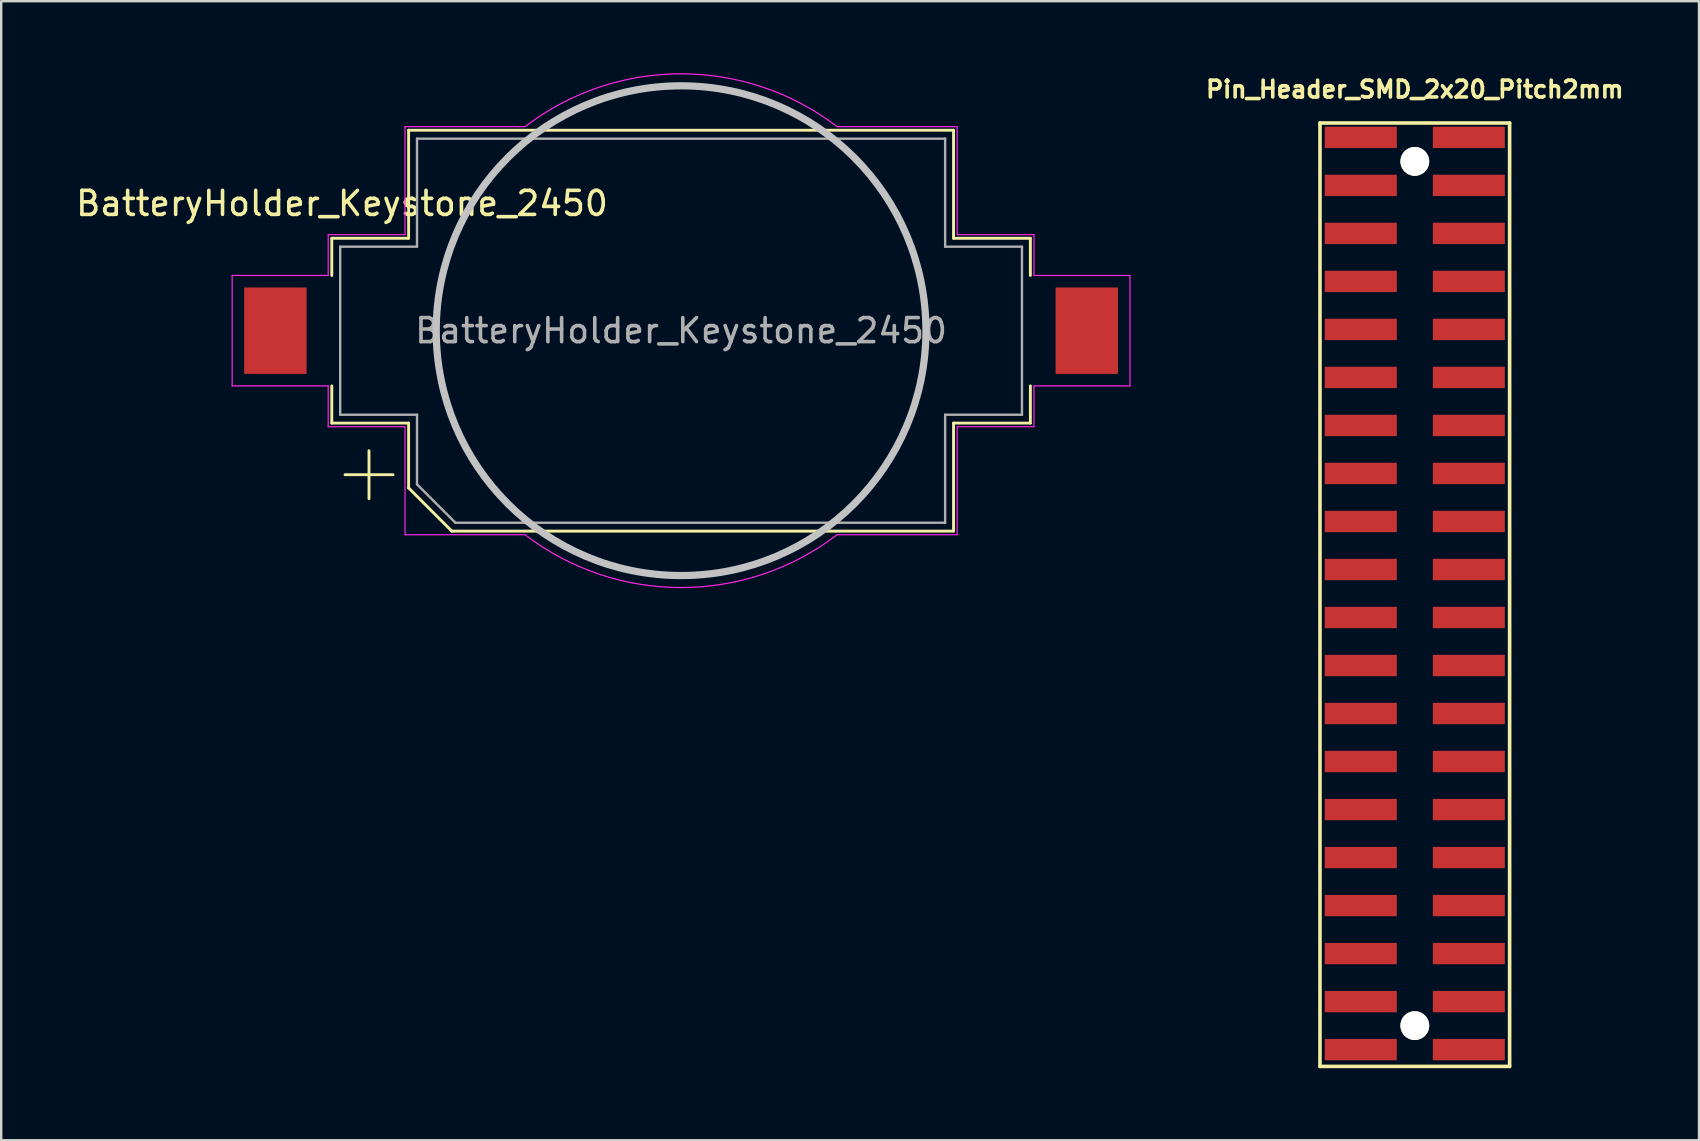
<source format=kicad_pcb>
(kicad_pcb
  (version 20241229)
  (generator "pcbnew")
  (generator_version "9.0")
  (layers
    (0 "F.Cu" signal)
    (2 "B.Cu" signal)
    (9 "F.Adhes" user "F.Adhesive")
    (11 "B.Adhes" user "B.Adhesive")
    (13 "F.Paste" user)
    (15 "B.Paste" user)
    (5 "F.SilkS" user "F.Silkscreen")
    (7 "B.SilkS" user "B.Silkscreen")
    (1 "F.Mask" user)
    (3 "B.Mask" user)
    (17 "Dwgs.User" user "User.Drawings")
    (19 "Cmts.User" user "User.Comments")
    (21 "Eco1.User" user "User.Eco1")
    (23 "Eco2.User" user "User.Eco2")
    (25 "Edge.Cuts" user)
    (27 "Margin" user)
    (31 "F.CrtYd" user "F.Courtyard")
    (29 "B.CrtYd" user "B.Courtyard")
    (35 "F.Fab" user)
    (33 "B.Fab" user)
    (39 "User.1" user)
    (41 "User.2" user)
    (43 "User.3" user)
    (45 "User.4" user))
  (footprint "Pin_Header_SMD_2x20_Pitch2mm"
    (layer "F.Cu")
    (at 56.885 2.673)
    (property "Reference" "Pin_Header_SMD_2x20_Pitch2mm" (at -1 -2 0) (layer "F.SilkS") (effects (font (size 0.7 0.7) (thickness 0.15))))
    (attr smd)
    (fp_line (start -4.95 -0.6) (end -4.95 38.7) (stroke (width 0.15) (type solid)) (layer "F.SilkS"))
    (fp_line (start -4.95 -0.6) (end 2.95 -0.6) (stroke (width 0.15) (type solid)) (layer "F.SilkS"))
    (fp_line (start -4.95 38.7) (end 2.95 38.7) (stroke (width 0.15) (type solid)) (layer "F.SilkS"))
    (fp_line (start 2.95 -0.6) (end 2.95 38.7) (stroke (width 0.15) (type solid)) (layer "F.SilkS"))
    (pad "" np_thru_hole circle (at -1 1 270) (size 1.2 1.2) (drill 1.2) (layers "*.Cu" "*.Mask" "F.SilkS"))
    (pad "" np_thru_hole circle (at -1 37 270) (size 1.2 1.2) (drill 1.2) (layers "*.Cu" "*.Mask" "F.SilkS"))
    (pad "1" smd rect (at 1.25 0 270) (size 0.89 3) (layers "F.Cu" "F.Mask" "F.Paste"))
    (pad "2" smd rect (at -3.25 0 270) (size 0.89 3) (layers "F.Cu" "F.Mask" "F.Paste"))
    (pad "3" smd rect (at 1.25 2 270) (size 0.89 3) (layers "F.Cu" "F.Mask" "F.Paste"))
    (pad "4" smd rect (at -3.25 2 270) (size 0.89 3) (layers "F.Cu" "F.Mask" "F.Paste"))
    (pad "5" smd rect (at 1.25 4 270) (size 0.89 3) (layers "F.Cu" "F.Mask" "F.Paste"))
    (pad "6" smd rect (at -3.25 4 270) (size 0.89 3) (layers "F.Cu" "F.Mask" "F.Paste"))
    (pad "7" smd rect (at 1.25 6 270) (size 0.89 3) (layers "F.Cu" "F.Mask" "F.Paste"))
    (pad "8" smd rect (at -3.25 6 270) (size 0.89 3) (layers "F.Cu" "F.Mask" "F.Paste"))
    (pad "9" smd rect (at 1.25 8 270) (size 0.89 3) (layers "F.Cu" "F.Mask" "F.Paste"))
    (pad "10" smd rect (at -3.25 8 270) (size 0.89 3) (layers "F.Cu" "F.Mask" "F.Paste"))
    (pad "11" smd rect (at 1.25 10 270) (size 0.89 3) (layers "F.Cu" "F.Mask" "F.Paste"))
    (pad "12" smd rect (at -3.25 10 270) (size 0.89 3) (layers "F.Cu" "F.Mask" "F.Paste"))
    (pad "13" smd rect (at 1.25 12 270) (size 0.89 3) (layers "F.Cu" "F.Mask" "F.Paste"))
    (pad "14" smd rect (at -3.25 12 270) (size 0.89 3) (layers "F.Cu" "F.Mask" "F.Paste"))
    (pad "15" smd rect (at 1.25 14 270) (size 0.89 3) (layers "F.Cu" "F.Mask" "F.Paste"))
    (pad "16" smd rect (at -3.25 14 270) (size 0.89 3) (layers "F.Cu" "F.Mask" "F.Paste"))
    (pad "17" smd rect (at 1.25 16 270) (size 0.89 3) (layers "F.Cu" "F.Mask" "F.Paste"))
    (pad "18" smd rect (at -3.25 16 270) (size 0.89 3) (layers "F.Cu" "F.Mask" "F.Paste"))
    (pad "19" smd rect (at 1.25 18 270) (size 0.89 3) (layers "F.Cu" "F.Mask" "F.Paste"))
    (pad "20" smd rect (at -3.25 18 270) (size 0.89 3) (layers "F.Cu" "F.Mask" "F.Paste"))
    (pad "21" smd rect (at 1.25 20 270) (size 0.89 3) (layers "F.Cu" "F.Mask" "F.Paste"))
    (pad "22" smd rect (at -3.25 20 270) (size 0.89 3) (layers "F.Cu" "F.Mask" "F.Paste"))
    (pad "23" smd rect (at 1.25 22 270) (size 0.89 3) (layers "F.Cu" "F.Mask" "F.Paste"))
    (pad "24" smd rect (at -3.25 22 270) (size 0.89 3) (layers "F.Cu" "F.Mask" "F.Paste"))
    (pad "25" smd rect (at 1.25 24 270) (size 0.89 3) (layers "F.Cu" "F.Mask" "F.Paste"))
    (pad "26" smd rect (at -3.25 24 270) (size 0.89 3) (layers "F.Cu" "F.Mask" "F.Paste"))
    (pad "27" smd rect (at 1.25 26 270) (size 0.89 3) (layers "F.Cu" "F.Mask" "F.Paste"))
    (pad "28" smd rect (at -3.25 26 270) (size 0.89 3) (layers "F.Cu" "F.Mask" "F.Paste"))
    (pad "29" smd rect (at 1.25 28 270) (size 0.89 3) (layers "F.Cu" "F.Mask" "F.Paste"))
    (pad "30" smd rect (at -3.25 28 270) (size 0.89 3) (layers "F.Cu" "F.Mask" "F.Paste"))
    (pad "31" smd rect (at 1.25 30 270) (size 0.89 3) (layers "F.Cu" "F.Mask" "F.Paste"))
    (pad "32" smd rect (at -3.25 30 270) (size 0.89 3) (layers "F.Cu" "F.Mask" "F.Paste"))
    (pad "33" smd rect (at 1.25 32 270) (size 0.89 3) (layers "F.Cu" "F.Mask" "F.Paste"))
    (pad "34" smd rect (at -3.25 32 270) (size 0.89 3) (layers "F.Cu" "F.Mask" "F.Paste"))
    (pad "35" smd rect (at 1.25 34 270) (size 0.89 3) (layers "F.Cu" "F.Mask" "F.Paste"))
    (pad "36" smd rect (at -3.25 34 270) (size 0.89 3) (layers "F.Cu" "F.Mask" "F.Paste"))
    (pad "37" smd rect (at 1.25 36 270) (size 0.89 3) (layers "F.Cu" "F.Mask" "F.Paste"))
    (pad "38" smd rect (at -3.25 36 270) (size 0.89 3) (layers "F.Cu" "F.Mask" "F.Paste"))
    (pad "39" smd rect (at 1.25 38 270) (size 0.89 3) (layers "F.Cu" "F.Mask" "F.Paste"))
    (pad "40" smd rect (at -3.25 38 270) (size 0.89 3) (layers "F.Cu" "F.Mask" "F.Paste")))
  (footprint "BatteryHolder_Keystone_2450"
    (layer "F.Cu")
    (at 25.321 10.725)
    (property "Reference" "BatteryHolder_Keystone_2450" (at -14.125 -5.3 0) (layer "F.SilkS") (effects (font (size 1 1) (thickness 0.15))))
    (attr smd)
    (fp_line (start -14.55 -3.85) (end -14.55 -2.3) (stroke (width 0.12) (type solid)) (layer "F.SilkS"))
    (fp_line (start -14.55 3.85) (end -14.55 2.3) (stroke (width 0.12) (type solid)) (layer "F.SilkS"))
    (fp_line (start -13 5) (end -13 7) (stroke (width 0.12) (type solid)) (layer "F.SilkS"))
    (fp_line (start -12 6) (end -14 6) (stroke (width 0.12) (type solid)) (layer "F.SilkS"))
    (fp_line (start -11.35 -8.35) (end -11.35 -3.85) (stroke (width 0.12) (type solid)) (layer "F.SilkS"))
    (fp_line (start -11.35 -8.35) (end 11.35 -8.35) (stroke (width 0.12) (type solid)) (layer "F.SilkS"))
    (fp_line (start -11.35 -3.85) (end -14.55 -3.85) (stroke (width 0.12) (type solid)) (layer "F.SilkS"))
    (fp_line (start -11.35 3.85) (end -14.55 3.85) (stroke (width 0.12) (type solid)) (layer "F.SilkS"))
    (fp_line (start -11.35 6.55) (end -11.35 3.85) (stroke (width 0.12) (type solid)) (layer "F.SilkS"))
    (fp_line (start -9.55 8.35) (end -11.35 6.55) (stroke (width 0.12) (type solid)) (layer "F.SilkS"))
    (fp_line (start 11.35 -8.35) (end 11.35 -3.85) (stroke (width 0.12) (type solid)) (layer "F.SilkS"))
    (fp_line (start 11.35 -3.85) (end 14.55 -3.85) (stroke (width 0.12) (type solid)) (layer "F.SilkS"))
    (fp_line (start 11.35 3.85) (end 14.55 3.85) (stroke (width 0.12) (type solid)) (layer "F.SilkS"))
    (fp_line (start 11.35 8.35) (end -9.55 8.35) (stroke (width 0.12) (type solid)) (layer "F.SilkS"))
    (fp_line (start 11.35 8.35) (end 11.35 3.85) (stroke (width 0.12) (type solid)) (layer "F.SilkS"))
    (fp_line (start 14.55 -3.85) (end 14.55 -2.3) (stroke (width 0.12) (type solid)) (layer "F.SilkS"))
    (fp_line (start 14.55 3.85) (end 14.55 2.3) (stroke (width 0.12) (type solid)) (layer "F.SilkS"))
    (fp_circle (center 0 0) (end -10.2 0) (stroke (width 0.3) (type solid)) (fill no) (layer "Dwgs.User"))
    (fp_line (start -18.7 2.3) (end -18.7 -2.3) (stroke (width 0.05) (type solid)) (layer "F.CrtYd"))
    (fp_line (start -14.7 -4) (end -11.5 -4) (stroke (width 0.05) (type solid)) (layer "F.CrtYd"))
    (fp_line (start -14.7 -2.3) (end -18.7 -2.3) (stroke (width 0.05) (type solid)) (layer "F.CrtYd"))
    (fp_line (start -14.7 -2.3) (end -14.7 -4) (stroke (width 0.05) (type solid)) (layer "F.CrtYd"))
    (fp_line (start -14.7 2.3) (end -18.7 2.3) (stroke (width 0.05) (type solid)) (layer "F.CrtYd"))
    (fp_line (start -14.7 4) (end -14.7 2.3) (stroke (width 0.05) (type solid)) (layer "F.CrtYd"))
    (fp_line (start -14.7 4) (end -11.5 4) (stroke (width 0.05) (type solid)) (layer "F.CrtYd"))
    (fp_line (start -11.5 -8.5) (end -6.5 -8.5) (stroke (width 0.05) (type solid)) (layer "F.CrtYd"))
    (fp_line (start -11.5 -4) (end -11.5 -8.5) (stroke (width 0.05) (type solid)) (layer "F.CrtYd"))
    (fp_line (start -11.5 4) (end -11.5 8.5) (stroke (width 0.05) (type solid)) (layer "F.CrtYd"))
    (fp_line (start -6.5 8.5) (end -11.5 8.5) (stroke (width 0.05) (type solid)) (layer "F.CrtYd"))
    (fp_line (start 11.5 -8.5) (end 6.5 -8.5) (stroke (width 0.05) (type solid)) (layer "F.CrtYd"))
    (fp_line (start 11.5 -8.5) (end 11.5 -4) (stroke (width 0.05) (type solid)) (layer "F.CrtYd"))
    (fp_line (start 11.5 -4) (end 14.7 -4) (stroke (width 0.05) (type solid)) (layer "F.CrtYd"))
    (fp_line (start 11.5 4) (end 11.5 8.5) (stroke (width 0.05) (type solid)) (layer "F.CrtYd"))
    (fp_line (start 11.5 8.5) (end 6.5 8.5) (stroke (width 0.05) (type solid)) (layer "F.CrtYd"))
    (fp_line (start 14.7 -4) (end 14.7 -2.3) (stroke (width 0.05) (type solid)) (layer "F.CrtYd"))
    (fp_line (start 14.7 -2.3) (end 18.7 -2.3) (stroke (width 0.05) (type solid)) (layer "F.CrtYd"))
    (fp_line (start 14.7 2.3) (end 14.7 4) (stroke (width 0.05) (type solid)) (layer "F.CrtYd"))
    (fp_line (start 14.7 4) (end 11.5 4) (stroke (width 0.05) (type solid)) (layer "F.CrtYd"))
    (fp_line (start 18.7 -2.3) (end 18.7 2.3) (stroke (width 0.05) (type solid)) (layer "F.CrtYd"))
    (fp_line (start 18.7 2.3) (end 14.7 2.3) (stroke (width 0.05) (type solid)) (layer "F.CrtYd"))
    (fp_arc (start -6.499999 -8.5) (mid 0 -10.700467) (end 6.5 -8.5) (stroke (width 0.05) (type solid)) (layer "F.CrtYd"))
    (fp_arc (start 6.499999 8.5) (mid 0 10.700467) (end -6.5 8.5) (stroke (width 0.05) (type solid)) (layer "F.CrtYd"))
    (fp_line (start -14.2 -3.5) (end -11 -3.5) (stroke (width 0.1) (type solid)) (layer "F.Fab"))
    (fp_line (start -14.2 3.5) (end -14.2 -3.5) (stroke (width 0.1) (type solid)) (layer "F.Fab"))
    (fp_line (start -11 -8) (end -11 -3.5) (stroke (width 0.1) (type solid)) (layer "F.Fab"))
    (fp_line (start -11 3.5) (end -14.2 3.5) (stroke (width 0.1) (type solid)) (layer "F.Fab"))
    (fp_line (start -11 6.4) (end -11 3.5) (stroke (width 0.1) (type solid)) (layer "F.Fab"))
    (fp_line (start -9.4 8) (end -11 6.4) (stroke (width 0.1) (type solid)) (layer "F.Fab"))
    (fp_line (start 11 -8) (end -11 -8) (stroke (width 0.1) (type solid)) (layer "F.Fab"))
    (fp_line (start 11 -8) (end 11 -3.5) (stroke (width 0.1) (type solid)) (layer "F.Fab"))
    (fp_line (start 11 3.5) (end 14.2 3.5) (stroke (width 0.1) (type solid)) (layer "F.Fab"))
    (fp_line (start 11 8) (end -9.4 8) (stroke (width 0.1) (type solid)) (layer "F.Fab"))
    (fp_line (start 11 8) (end 11 3.5) (stroke (width 0.1) (type solid)) (layer "F.Fab"))
    (fp_line (start 14.2 -3.5) (end 11 -3.5) (stroke (width 0.1) (type solid)) (layer "F.Fab"))
    (fp_line (start 14.2 3.5) (end 14.2 -3.5) (stroke (width 0.1) (type solid)) (layer "F.Fab"))
    (fp_text user "${REFERENCE}" (at 0 0 0) (layer "F.Fab") (effects (font (size 1 1) (thickness 0.15))))
    (pad "1" smd rect (at -16.9 0 180) (size 2.6 3.6) (layers "F.Cu" "F.Mask" "F.Paste"))
    (pad "2" smd rect (at 16.9 0 180) (size 2.6 3.6) (layers "F.Cu" "F.Mask" "F.Paste")))
  (gr_rect
    (start -3 -3)
    (end 67.723 44.448)
    (stroke (width 0.1) (type default))
    (fill no)
    (layer "Edge.Cuts")))
</source>
